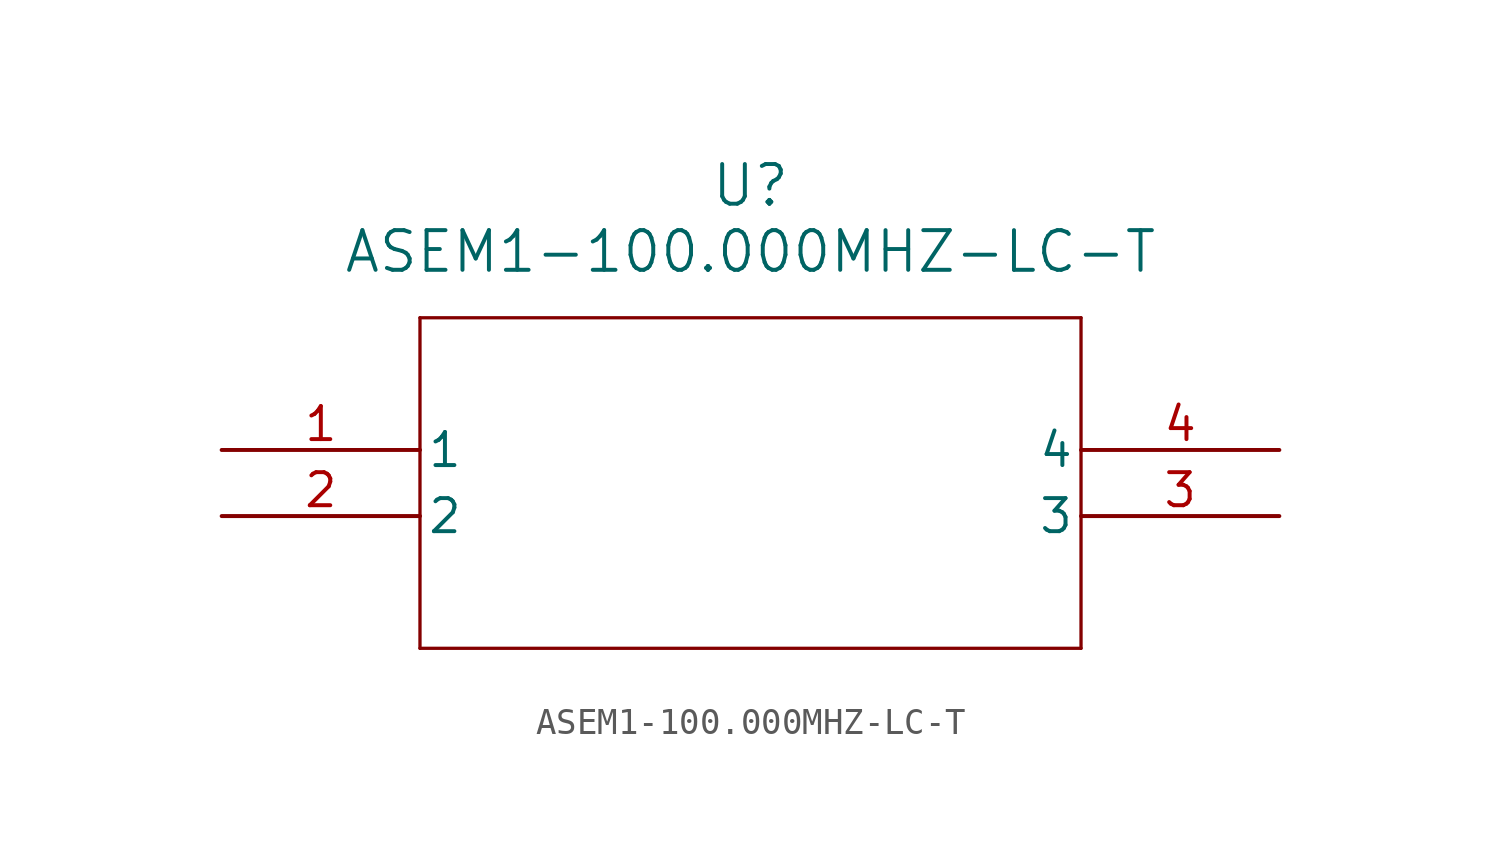
<source format=kicad_sym>
(kicad_symbol_lib
  (version 20211014)
  (generator kicad_symbol_editor)
  (symbol "ASEM1-100.000MHZ-LC-T"
    (pin_names
      (offset 0.254))
    (property "Reference" "U"
      (at 20.32 10.16 0)
      (effects (font (size 1.524 1.524))))
    (property "Value" "ASEM1-100.000MHZ-LC-T"
      (at 20.32 7.62 0)
      (effects (font (size 1.524 1.524))))
    (symbol "ASEM1-100.000MHZ-LC-T_0_1"
      (polyline (pts (xy 7.62 5.08) (xy 7.62 -7.62)) (stroke (width 0.127) (type default) (color 0 0 0 0)) (fill (type none)))
      (polyline (pts (xy 7.62 -7.62) (xy 33.02 -7.62)) (stroke (width 0.127) (type default) (color 0 0 0 0)) (fill (type none)))
      (polyline (pts (xy 33.02 -7.62) (xy 33.02 5.08)) (stroke (width 0.127) (type default) (color 0 0 0 0)) (fill (type none)))
      (polyline (pts (xy 33.02 5.08) (xy 7.62 5.08)) (stroke (width 0.127) (type default) (color 0 0 0 0)) (fill (type none)))
      (pin unspecified line (at 0 0 0) (length 7.62) (name "1" (effects (font (size 1.27 1.27)))) (number "1" (effects (font (size 1.27 1.27)))))
      (pin unspecified line (at 0 -2.54 0) (length 7.62) (name "2" (effects (font (size 1.27 1.27)))) (number "2" (effects (font (size 1.27 1.27)))))
      (pin unspecified line (at 40.64 -2.54 180) (length 7.62) (name "3" (effects (font (size 1.27 1.27)))) (number "3" (effects (font (size 1.27 1.27)))))
      (pin unspecified line (at 40.64 0 180) (length 7.62) (name "4" (effects (font (size 1.27 1.27)))) (number "4" (effects (font (size 1.27 1.27))))))))
</source>
